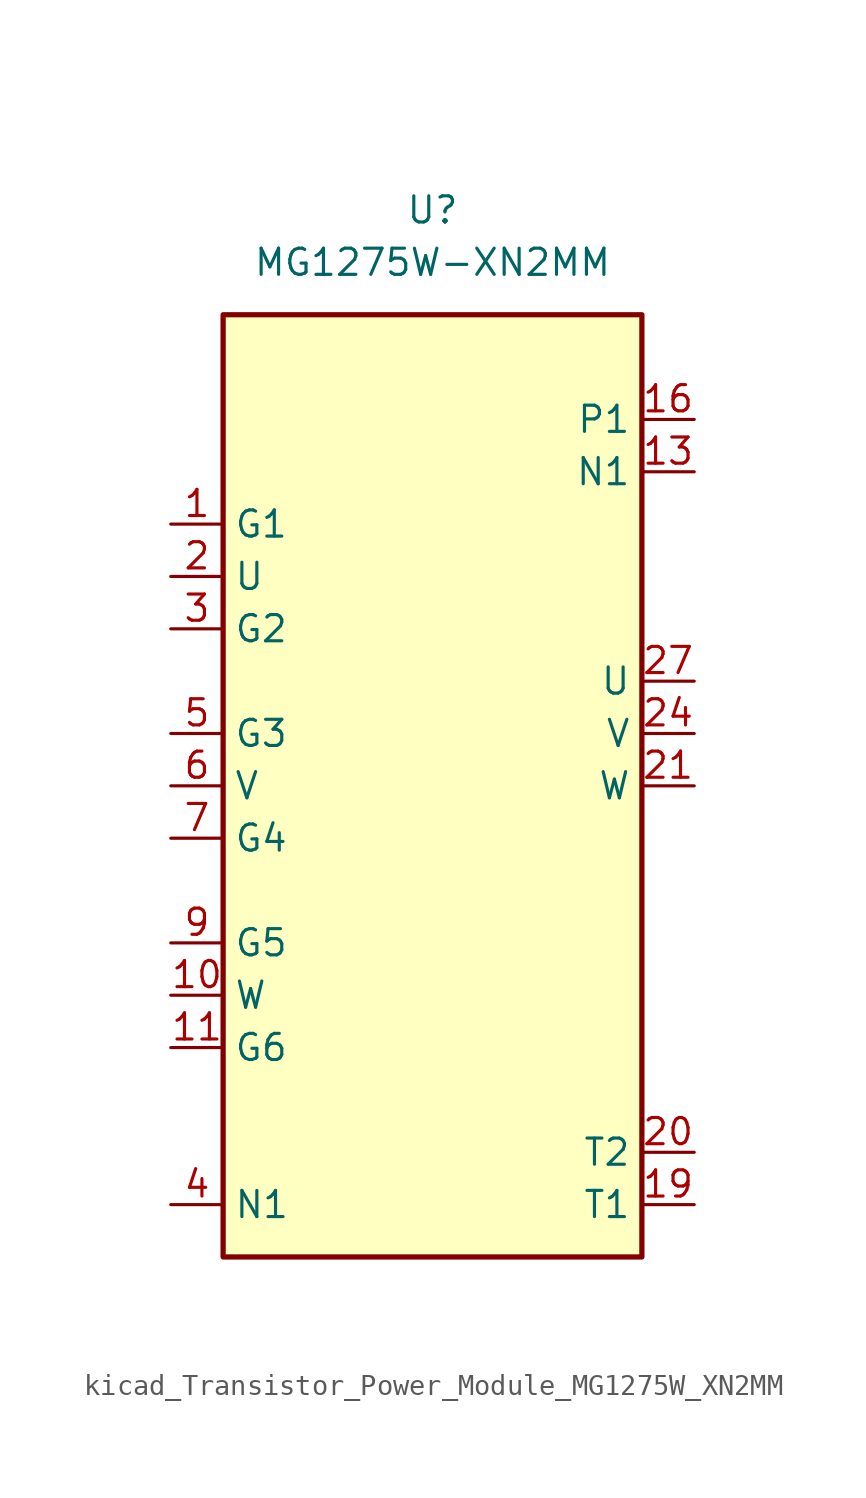
<source format=kicad_sym>
(kicad_symbol_lib
  (version 20220914)
  (generator kicad_symbol_editor)
  (symbol "kicad_Transistor_Power_Module_MG1275W_XN2MM"
    (property "Reference" "U"
      (at 0 27.94 0)
      (effects (font (size 1.27 1.27))))
    (property "Value" "MG1275W-XN2MM"
      (at 0 25.4 0)
      (effects (font (size 1.27 1.27))))
    (symbol "kicad_Transistor_Power_Module_MG1275W_XN2MM_0_0"
      (pin passive line (at 12.7 15.24 180) (length 2.54) (name "N1" (effects (font (size 1.27 1.27)))) (number "13" (effects (font (size 1.27 1.27)))))
      (pin passive line (at 12.7 15.24 180) (length 2.54) hide (name "N1" (effects (font (size 1.27 1.27)))) (number "14" (effects (font (size 1.27 1.27)))))
      (pin passive line (at 12.7 15.24 180) (length 2.54) hide (name "N1" (effects (font (size 1.27 1.27)))) (number "15" (effects (font (size 1.27 1.27)))))
      (pin passive line (at 12.7 17.78 180) (length 2.54) (name "P1" (effects (font (size 1.27 1.27)))) (number "16" (effects (font (size 1.27 1.27)))))
      (pin passive line (at 12.7 17.78 180) (length 2.54) hide (name "P1" (effects (font (size 1.27 1.27)))) (number "17" (effects (font (size 1.27 1.27)))))
      (pin passive line (at 12.7 17.78 180) (length 2.54) hide (name "P1" (effects (font (size 1.27 1.27)))) (number "18" (effects (font (size 1.27 1.27)))))
      (pin passive line (at 12.7 -20.32 180) (length 2.54) (name "T1" (effects (font (size 1.27 1.27)))) (number "19" (effects (font (size 1.27 1.27)))))
      (pin passive line (at 12.7 -17.78 180) (length 2.54) (name "T2" (effects (font (size 1.27 1.27)))) (number "20" (effects (font (size 1.27 1.27)))))
      (pin passive line (at 12.7 17.78 180) (length 2.54) hide (name "P1" (effects (font (size 1.27 1.27)))) (number "30" (effects (font (size 1.27 1.27)))))
      (pin passive line (at 12.7 17.78 180) (length 2.54) hide (name "P1" (effects (font (size 1.27 1.27)))) (number "31" (effects (font (size 1.27 1.27)))))
      (pin passive line (at 12.7 17.78 180) (length 2.54) hide (name "P1" (effects (font (size 1.27 1.27)))) (number "32" (effects (font (size 1.27 1.27)))))
      (pin passive line (at 12.7 15.24 180) (length 2.54) hide (name "N1" (effects (font (size 1.27 1.27)))) (number "33" (effects (font (size 1.27 1.27)))))
      (pin passive line (at 12.7 15.24 180) (length 2.54) hide (name "N1" (effects (font (size 1.27 1.27)))) (number "34" (effects (font (size 1.27 1.27)))))
      (pin passive line (at 12.7 15.24 180) (length 2.54) hide (name "N1" (effects (font (size 1.27 1.27)))) (number "35" (effects (font (size 1.27 1.27))))))
    (symbol "kicad_Transistor_Power_Module_MG1275W_XN2MM_1_1"
      (rectangle (start -10.16 22.86) (end 10.16 -22.86) (stroke (width 0.254) (type default)) (fill (type background)))
      (pin passive line (at -12.7 12.7 0) (length 2.54) (name "G1" (effects (font (size 1.27 1.27)))) (number "1" (effects (font (size 1.27 1.27)))))
      (pin passive line (at -12.7 -10.16 0) (length 2.54) (name "W" (effects (font (size 1.27 1.27)))) (number "10" (effects (font (size 1.27 1.27)))))
      (pin passive line (at -12.7 -12.7 0) (length 2.54) (name "G6" (effects (font (size 1.27 1.27)))) (number "11" (effects (font (size 1.27 1.27)))))
      (pin passive line (at -12.7 -20.32 0) (length 2.54) hide (name "N1" (effects (font (size 1.27 1.27)))) (number "12" (effects (font (size 1.27 1.27)))))
      (pin passive line (at -12.7 10.16 0) (length 2.54) (name "U" (effects (font (size 1.27 1.27)))) (number "2" (effects (font (size 1.27 1.27)))))
      (pin passive line (at 12.7 0 180) (length 2.54) (name "W" (effects (font (size 1.27 1.27)))) (number "21" (effects (font (size 1.27 1.27)))))
      (pin passive line (at 12.7 0 180) (length 2.54) hide (name "W" (effects (font (size 1.27 1.27)))) (number "22" (effects (font (size 1.27 1.27)))))
      (pin passive line (at 12.7 0 180) (length 2.54) hide (name "W" (effects (font (size 1.27 1.27)))) (number "23" (effects (font (size 1.27 1.27)))))
      (pin passive line (at 12.7 2.54 180) (length 2.54) (name "V" (effects (font (size 1.27 1.27)))) (number "24" (effects (font (size 1.27 1.27)))))
      (pin passive line (at 12.7 2.54 180) (length 2.54) hide (name "V" (effects (font (size 1.27 1.27)))) (number "25" (effects (font (size 1.27 1.27)))))
      (pin passive line (at 12.7 2.54 180) (length 2.54) hide (name "V" (effects (font (size 1.27 1.27)))) (number "26" (effects (font (size 1.27 1.27)))))
      (pin passive line (at 12.7 5.08 180) (length 2.54) (name "U" (effects (font (size 1.27 1.27)))) (number "27" (effects (font (size 1.27 1.27)))))
      (pin passive line (at 12.7 5.08 180) (length 2.54) hide (name "U" (effects (font (size 1.27 1.27)))) (number "28" (effects (font (size 1.27 1.27)))))
      (pin passive line (at 12.7 5.08 180) (length 2.54) hide (name "U" (effects (font (size 1.27 1.27)))) (number "29" (effects (font (size 1.27 1.27)))))
      (pin passive line (at -12.7 7.62 0) (length 2.54) (name "G2" (effects (font (size 1.27 1.27)))) (number "3" (effects (font (size 1.27 1.27)))))
      (pin passive line (at -12.7 -20.32 0) (length 2.54) (name "N1" (effects (font (size 1.27 1.27)))) (number "4" (effects (font (size 1.27 1.27)))))
      (pin passive line (at -12.7 2.54 0) (length 2.54) (name "G3" (effects (font (size 1.27 1.27)))) (number "5" (effects (font (size 1.27 1.27)))))
      (pin passive line (at -12.7 0 0) (length 2.54) (name "V" (effects (font (size 1.27 1.27)))) (number "6" (effects (font (size 1.27 1.27)))))
      (pin passive line (at -12.7 -2.54 0) (length 2.54) (name "G4" (effects (font (size 1.27 1.27)))) (number "7" (effects (font (size 1.27 1.27)))))
      (pin passive line (at -12.7 -20.32 0) (length 2.54) hide (name "N1" (effects (font (size 1.27 1.27)))) (number "8" (effects (font (size 1.27 1.27)))))
      (pin passive line (at -12.7 -7.62 0) (length 2.54) (name "G5" (effects (font (size 1.27 1.27)))) (number "9" (effects (font (size 1.27 1.27))))))))
</source>
